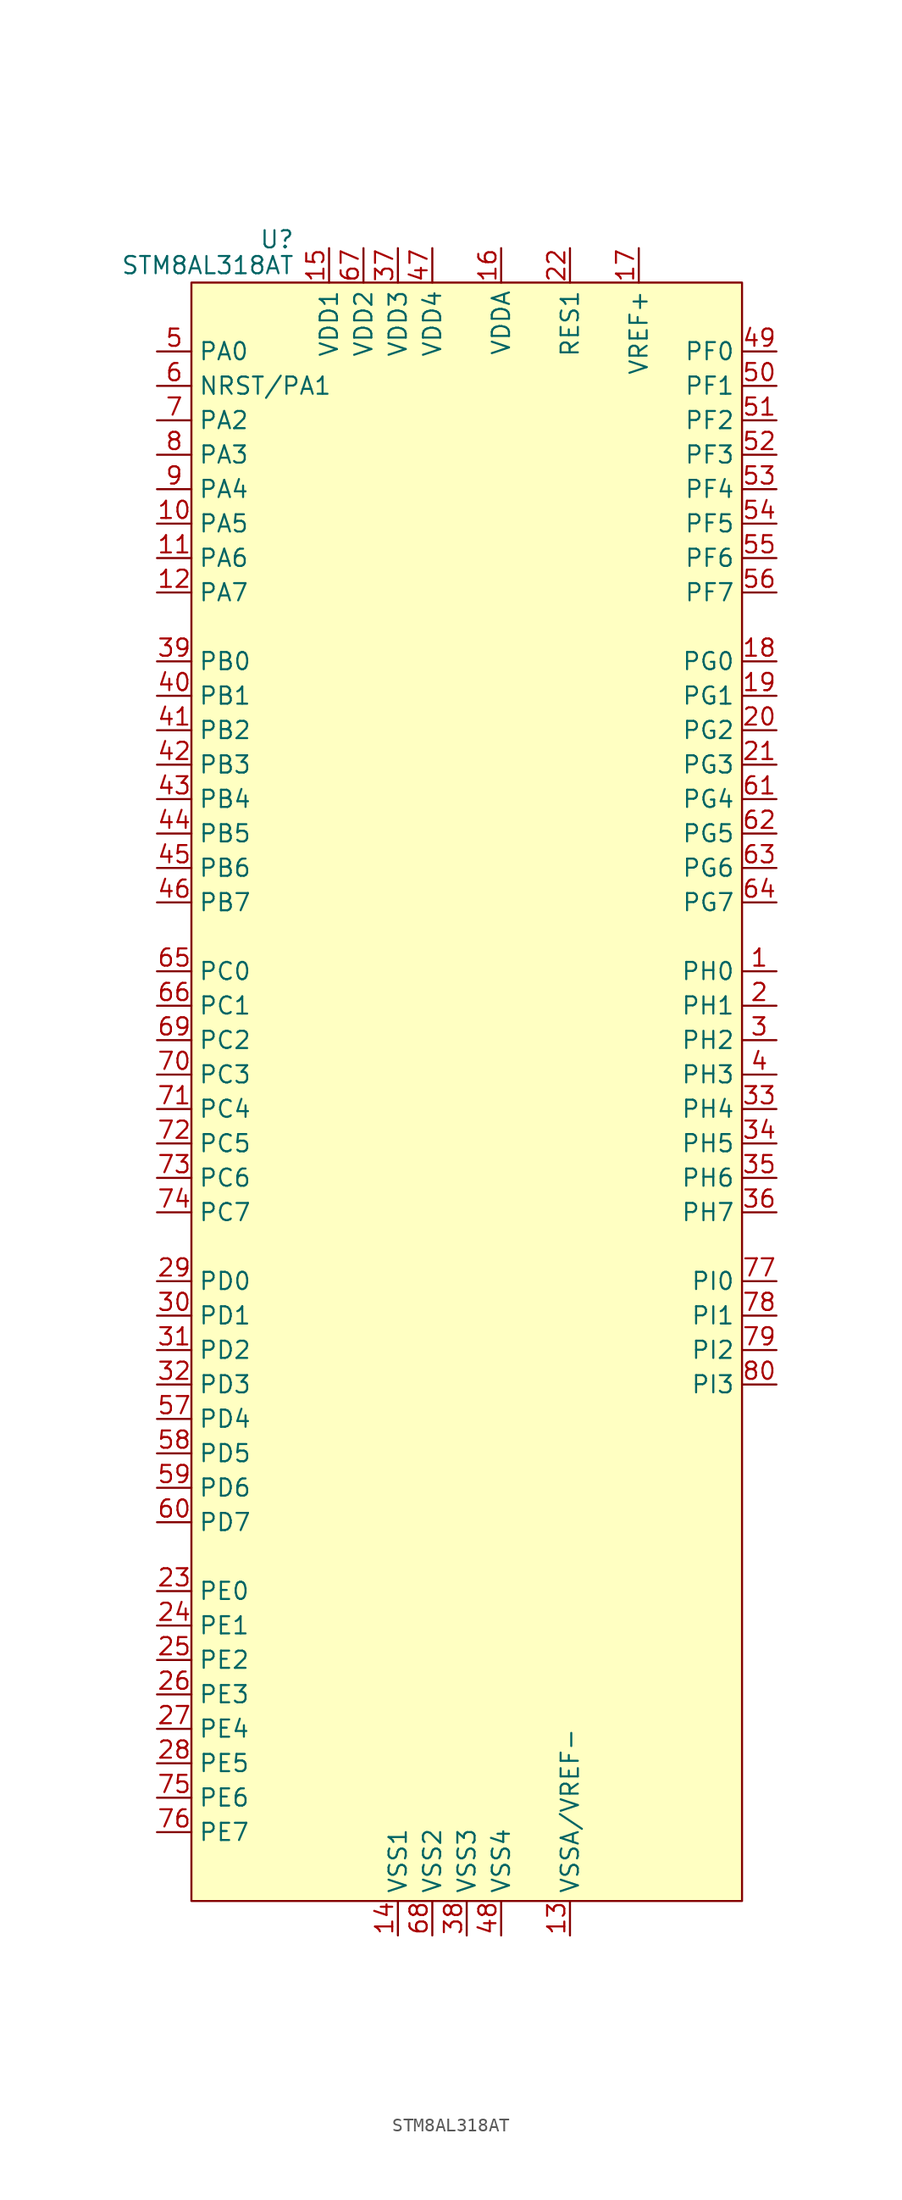
<source format=kicad_sym>
(kicad_symbol_lib
  (version 20220914)
  (generator kicad_symbol_editor)
  (symbol "STM8AL318AT"
    (property "Reference" "U"
      (at -12.7 61.595 0)
      (effects (font (size 1.27 1.27)) (justify right)))
    (property "Value" "STM8AL318AT"
      (at -12.7 59.69 0)
      (effects (font (size 1.27 1.27)) (justify right)))
    (symbol "STM8AL318AT_0_0"
      (pin bidirectional line (at 22.86 7.62 180) (length 2.54) (name "PH0" (effects (font (size 1.27 1.27)))) (number "1" (effects (font (size 1.27 1.27)))))
      (pin bidirectional line (at -22.86 40.64 0) (length 2.54) (name "PA5" (effects (font (size 1.27 1.27)))) (number "10" (effects (font (size 1.27 1.27)))))
      (pin bidirectional line (at -22.86 38.1 0) (length 2.54) (name "PA6" (effects (font (size 1.27 1.27)))) (number "11" (effects (font (size 1.27 1.27)))))
      (pin bidirectional line (at -22.86 35.56 0) (length 2.54) (name "PA7" (effects (font (size 1.27 1.27)))) (number "12" (effects (font (size 1.27 1.27)))))
      (pin power_in line (at 7.62 -63.5 90) (length 2.54) (name "VSSA/VREF-" (effects (font (size 1.27 1.27)))) (number "13" (effects (font (size 1.27 1.27)))))
      (pin power_in line (at -5.08 -63.5 90) (length 2.54) (name "VSS1" (effects (font (size 1.27 1.27)))) (number "14" (effects (font (size 1.27 1.27)))))
      (pin power_in line (at -10.16 60.96 270) (length 2.54) (name "VDD1" (effects (font (size 1.27 1.27)))) (number "15" (effects (font (size 1.27 1.27)))))
      (pin power_in line (at 2.54 60.96 270) (length 2.54) (name "VDDA" (effects (font (size 1.27 1.27)))) (number "16" (effects (font (size 1.27 1.27)))))
      (pin power_in line (at 12.7 60.96 270) (length 2.54) (name "VREF+" (effects (font (size 1.27 1.27)))) (number "17" (effects (font (size 1.27 1.27)))))
      (pin bidirectional line (at 22.86 30.48 180) (length 2.54) (name "PG0" (effects (font (size 1.27 1.27)))) (number "18" (effects (font (size 1.27 1.27)))))
      (pin bidirectional line (at 22.86 27.94 180) (length 2.54) (name "PG1" (effects (font (size 1.27 1.27)))) (number "19" (effects (font (size 1.27 1.27)))))
      (pin bidirectional line (at 22.86 5.08 180) (length 2.54) (name "PH1" (effects (font (size 1.27 1.27)))) (number "2" (effects (font (size 1.27 1.27)))))
      (pin bidirectional line (at 22.86 25.4 180) (length 2.54) (name "PG2" (effects (font (size 1.27 1.27)))) (number "20" (effects (font (size 1.27 1.27)))))
      (pin bidirectional line (at 22.86 22.86 180) (length 2.54) (name "PG3" (effects (font (size 1.27 1.27)))) (number "21" (effects (font (size 1.27 1.27)))))
      (pin power_in line (at 7.62 60.96 270) (length 2.54) (name "RES1" (effects (font (size 1.27 1.27)))) (number "22" (effects (font (size 1.27 1.27)))))
      (pin bidirectional line (at -22.86 -38.1 0) (length 2.54) (name "PE0" (effects (font (size 1.27 1.27)))) (number "23" (effects (font (size 1.27 1.27)))))
      (pin bidirectional line (at -22.86 -40.64 0) (length 2.54) (name "PE1" (effects (font (size 1.27 1.27)))) (number "24" (effects (font (size 1.27 1.27)))))
      (pin bidirectional line (at -22.86 -43.18 0) (length 2.54) (name "PE2" (effects (font (size 1.27 1.27)))) (number "25" (effects (font (size 1.27 1.27)))))
      (pin bidirectional line (at -22.86 -45.72 0) (length 2.54) (name "PE3" (effects (font (size 1.27 1.27)))) (number "26" (effects (font (size 1.27 1.27)))))
      (pin bidirectional line (at -22.86 -48.26 0) (length 2.54) (name "PE4" (effects (font (size 1.27 1.27)))) (number "27" (effects (font (size 1.27 1.27)))))
      (pin bidirectional line (at -22.86 -50.8 0) (length 2.54) (name "PE5" (effects (font (size 1.27 1.27)))) (number "28" (effects (font (size 1.27 1.27)))))
      (pin bidirectional line (at -22.86 -15.24 0) (length 2.54) (name "PD0" (effects (font (size 1.27 1.27)))) (number "29" (effects (font (size 1.27 1.27)))))
      (pin bidirectional line (at 22.86 2.54 180) (length 2.54) (name "PH2" (effects (font (size 1.27 1.27)))) (number "3" (effects (font (size 1.27 1.27)))))
      (pin bidirectional line (at -22.86 -17.78 0) (length 2.54) (name "PD1" (effects (font (size 1.27 1.27)))) (number "30" (effects (font (size 1.27 1.27)))))
      (pin bidirectional line (at -22.86 -20.32 0) (length 2.54) (name "PD2" (effects (font (size 1.27 1.27)))) (number "31" (effects (font (size 1.27 1.27)))))
      (pin bidirectional line (at -22.86 -22.86 0) (length 2.54) (name "PD3" (effects (font (size 1.27 1.27)))) (number "32" (effects (font (size 1.27 1.27)))))
      (pin bidirectional line (at 22.86 -2.54 180) (length 2.54) (name "PH4" (effects (font (size 1.27 1.27)))) (number "33" (effects (font (size 1.27 1.27)))))
      (pin bidirectional line (at 22.86 -5.08 180) (length 2.54) (name "PH5" (effects (font (size 1.27 1.27)))) (number "34" (effects (font (size 1.27 1.27)))))
      (pin bidirectional line (at 22.86 -7.62 180) (length 2.54) (name "PH6" (effects (font (size 1.27 1.27)))) (number "35" (effects (font (size 1.27 1.27)))))
      (pin bidirectional line (at 22.86 -10.16 180) (length 2.54) (name "PH7" (effects (font (size 1.27 1.27)))) (number "36" (effects (font (size 1.27 1.27)))))
      (pin power_in line (at -5.08 60.96 270) (length 2.54) (name "VDD3" (effects (font (size 1.27 1.27)))) (number "37" (effects (font (size 1.27 1.27)))))
      (pin power_in line (at 0 -63.5 90) (length 2.54) (name "VSS3" (effects (font (size 1.27 1.27)))) (number "38" (effects (font (size 1.27 1.27)))))
      (pin bidirectional line (at -22.86 30.48 0) (length 2.54) (name "PB0" (effects (font (size 1.27 1.27)))) (number "39" (effects (font (size 1.27 1.27)))))
      (pin bidirectional line (at 22.86 0 180) (length 2.54) (name "PH3" (effects (font (size 1.27 1.27)))) (number "4" (effects (font (size 1.27 1.27)))))
      (pin bidirectional line (at -22.86 27.94 0) (length 2.54) (name "PB1" (effects (font (size 1.27 1.27)))) (number "40" (effects (font (size 1.27 1.27)))))
      (pin bidirectional line (at -22.86 25.4 0) (length 2.54) (name "PB2" (effects (font (size 1.27 1.27)))) (number "41" (effects (font (size 1.27 1.27)))))
      (pin bidirectional line (at -22.86 22.86 0) (length 2.54) (name "PB3" (effects (font (size 1.27 1.27)))) (number "42" (effects (font (size 1.27 1.27)))))
      (pin bidirectional line (at -22.86 20.32 0) (length 2.54) (name "PB4" (effects (font (size 1.27 1.27)))) (number "43" (effects (font (size 1.27 1.27)))))
      (pin bidirectional line (at -22.86 17.78 0) (length 2.54) (name "PB5" (effects (font (size 1.27 1.27)))) (number "44" (effects (font (size 1.27 1.27)))))
      (pin bidirectional line (at -22.86 15.24 0) (length 2.54) (name "PB6" (effects (font (size 1.27 1.27)))) (number "45" (effects (font (size 1.27 1.27)))))
      (pin bidirectional line (at -22.86 12.7 0) (length 2.54) (name "PB7" (effects (font (size 1.27 1.27)))) (number "46" (effects (font (size 1.27 1.27)))))
      (pin power_in line (at -2.54 60.96 270) (length 2.54) (name "VDD4" (effects (font (size 1.27 1.27)))) (number "47" (effects (font (size 1.27 1.27)))))
      (pin power_in line (at 2.54 -63.5 90) (length 2.54) (name "VSS4" (effects (font (size 1.27 1.27)))) (number "48" (effects (font (size 1.27 1.27)))))
      (pin bidirectional line (at 22.86 53.34 180) (length 2.54) (name "PF0" (effects (font (size 1.27 1.27)))) (number "49" (effects (font (size 1.27 1.27)))))
      (pin bidirectional line (at -22.86 53.34 0) (length 2.54) (name "PA0" (effects (font (size 1.27 1.27)))) (number "5" (effects (font (size 1.27 1.27)))))
      (pin bidirectional line (at 22.86 50.8 180) (length 2.54) (name "PF1" (effects (font (size 1.27 1.27)))) (number "50" (effects (font (size 1.27 1.27)))))
      (pin bidirectional line (at 22.86 48.26 180) (length 2.54) (name "PF2" (effects (font (size 1.27 1.27)))) (number "51" (effects (font (size 1.27 1.27)))))
      (pin bidirectional line (at 22.86 45.72 180) (length 2.54) (name "PF3" (effects (font (size 1.27 1.27)))) (number "52" (effects (font (size 1.27 1.27)))))
      (pin bidirectional line (at 22.86 43.18 180) (length 2.54) (name "PF4" (effects (font (size 1.27 1.27)))) (number "53" (effects (font (size 1.27 1.27)))))
      (pin bidirectional line (at 22.86 40.64 180) (length 2.54) (name "PF5" (effects (font (size 1.27 1.27)))) (number "54" (effects (font (size 1.27 1.27)))))
      (pin bidirectional line (at 22.86 38.1 180) (length 2.54) (name "PF6" (effects (font (size 1.27 1.27)))) (number "55" (effects (font (size 1.27 1.27)))))
      (pin bidirectional line (at 22.86 35.56 180) (length 2.54) (name "PF7" (effects (font (size 1.27 1.27)))) (number "56" (effects (font (size 1.27 1.27)))))
      (pin bidirectional line (at -22.86 -25.4 0) (length 2.54) (name "PD4" (effects (font (size 1.27 1.27)))) (number "57" (effects (font (size 1.27 1.27)))))
      (pin bidirectional line (at -22.86 -27.94 0) (length 2.54) (name "PD5" (effects (font (size 1.27 1.27)))) (number "58" (effects (font (size 1.27 1.27)))))
      (pin bidirectional line (at -22.86 -30.48 0) (length 2.54) (name "PD6" (effects (font (size 1.27 1.27)))) (number "59" (effects (font (size 1.27 1.27)))))
      (pin bidirectional line (at -22.86 50.8 0) (length 2.54) (name "NRST/PA1" (effects (font (size 1.27 1.27)))) (number "6" (effects (font (size 1.27 1.27)))))
      (pin bidirectional line (at -22.86 -33.02 0) (length 2.54) (name "PD7" (effects (font (size 1.27 1.27)))) (number "60" (effects (font (size 1.27 1.27)))))
      (pin bidirectional line (at 22.86 20.32 180) (length 2.54) (name "PG4" (effects (font (size 1.27 1.27)))) (number "61" (effects (font (size 1.27 1.27)))))
      (pin bidirectional line (at 22.86 17.78 180) (length 2.54) (name "PG5" (effects (font (size 1.27 1.27)))) (number "62" (effects (font (size 1.27 1.27)))))
      (pin bidirectional line (at 22.86 15.24 180) (length 2.54) (name "PG6" (effects (font (size 1.27 1.27)))) (number "63" (effects (font (size 1.27 1.27)))))
      (pin bidirectional line (at 22.86 12.7 180) (length 2.54) (name "PG7" (effects (font (size 1.27 1.27)))) (number "64" (effects (font (size 1.27 1.27)))))
      (pin bidirectional line (at -22.86 7.62 0) (length 2.54) (name "PC0" (effects (font (size 1.27 1.27)))) (number "65" (effects (font (size 1.27 1.27)))))
      (pin bidirectional line (at -22.86 5.08 0) (length 2.54) (name "PC1" (effects (font (size 1.27 1.27)))) (number "66" (effects (font (size 1.27 1.27)))))
      (pin power_in line (at -7.62 60.96 270) (length 2.54) (name "VDD2" (effects (font (size 1.27 1.27)))) (number "67" (effects (font (size 1.27 1.27)))))
      (pin power_in line (at -2.54 -63.5 90) (length 2.54) (name "VSS2" (effects (font (size 1.27 1.27)))) (number "68" (effects (font (size 1.27 1.27)))))
      (pin bidirectional line (at -22.86 2.54 0) (length 2.54) (name "PC2" (effects (font (size 1.27 1.27)))) (number "69" (effects (font (size 1.27 1.27)))))
      (pin bidirectional line (at -22.86 48.26 0) (length 2.54) (name "PA2" (effects (font (size 1.27 1.27)))) (number "7" (effects (font (size 1.27 1.27)))))
      (pin bidirectional line (at -22.86 0 0) (length 2.54) (name "PC3" (effects (font (size 1.27 1.27)))) (number "70" (effects (font (size 1.27 1.27)))))
      (pin bidirectional line (at -22.86 -2.54 0) (length 2.54) (name "PC4" (effects (font (size 1.27 1.27)))) (number "71" (effects (font (size 1.27 1.27)))))
      (pin bidirectional line (at -22.86 -5.08 0) (length 2.54) (name "PC5" (effects (font (size 1.27 1.27)))) (number "72" (effects (font (size 1.27 1.27)))))
      (pin bidirectional line (at -22.86 -7.62 0) (length 2.54) (name "PC6" (effects (font (size 1.27 1.27)))) (number "73" (effects (font (size 1.27 1.27)))))
      (pin bidirectional line (at -22.86 -10.16 0) (length 2.54) (name "PC7" (effects (font (size 1.27 1.27)))) (number "74" (effects (font (size 1.27 1.27)))))
      (pin bidirectional line (at -22.86 -53.34 0) (length 2.54) (name "PE6" (effects (font (size 1.27 1.27)))) (number "75" (effects (font (size 1.27 1.27)))))
      (pin bidirectional line (at -22.86 -55.88 0) (length 2.54) (name "PE7" (effects (font (size 1.27 1.27)))) (number "76" (effects (font (size 1.27 1.27)))))
      (pin bidirectional line (at 22.86 -15.24 180) (length 2.54) (name "PI0" (effects (font (size 1.27 1.27)))) (number "77" (effects (font (size 1.27 1.27)))))
      (pin bidirectional line (at 22.86 -17.78 180) (length 2.54) (name "PI1" (effects (font (size 1.27 1.27)))) (number "78" (effects (font (size 1.27 1.27)))))
      (pin bidirectional line (at 22.86 -20.32 180) (length 2.54) (name "PI2" (effects (font (size 1.27 1.27)))) (number "79" (effects (font (size 1.27 1.27)))))
      (pin bidirectional line (at -22.86 45.72 0) (length 2.54) (name "PA3" (effects (font (size 1.27 1.27)))) (number "8" (effects (font (size 1.27 1.27)))))
      (pin bidirectional line (at 22.86 -22.86 180) (length 2.54) (name "PI3" (effects (font (size 1.27 1.27)))) (number "80" (effects (font (size 1.27 1.27)))))
      (pin bidirectional line (at -22.86 43.18 0) (length 2.54) (name "PA4" (effects (font (size 1.27 1.27)))) (number "9" (effects (font (size 1.27 1.27))))))
    (symbol "STM8AL318AT_0_1"
      (rectangle (start -20.32 58.42) (end 20.32 -60.96) (stroke (width 0) (type default)) (fill (type background))))))
</source>
